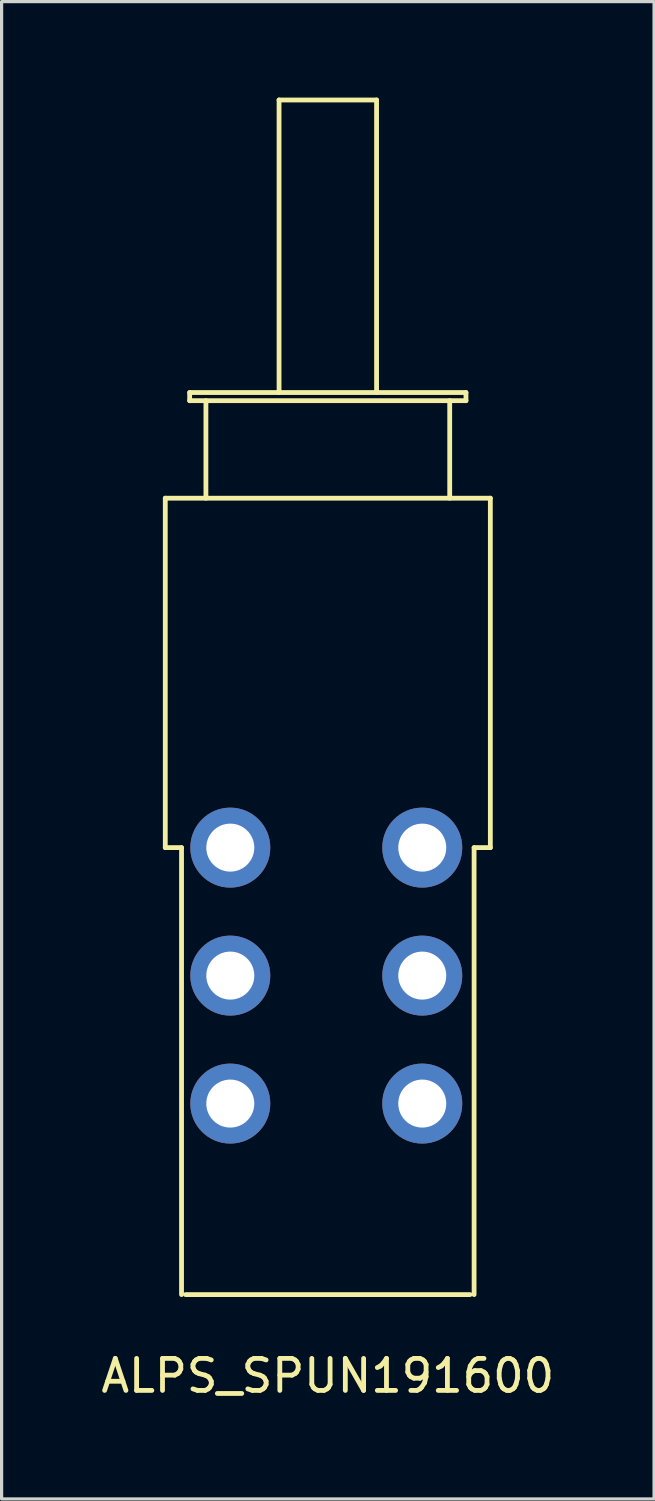
<source format=kicad_pcb>
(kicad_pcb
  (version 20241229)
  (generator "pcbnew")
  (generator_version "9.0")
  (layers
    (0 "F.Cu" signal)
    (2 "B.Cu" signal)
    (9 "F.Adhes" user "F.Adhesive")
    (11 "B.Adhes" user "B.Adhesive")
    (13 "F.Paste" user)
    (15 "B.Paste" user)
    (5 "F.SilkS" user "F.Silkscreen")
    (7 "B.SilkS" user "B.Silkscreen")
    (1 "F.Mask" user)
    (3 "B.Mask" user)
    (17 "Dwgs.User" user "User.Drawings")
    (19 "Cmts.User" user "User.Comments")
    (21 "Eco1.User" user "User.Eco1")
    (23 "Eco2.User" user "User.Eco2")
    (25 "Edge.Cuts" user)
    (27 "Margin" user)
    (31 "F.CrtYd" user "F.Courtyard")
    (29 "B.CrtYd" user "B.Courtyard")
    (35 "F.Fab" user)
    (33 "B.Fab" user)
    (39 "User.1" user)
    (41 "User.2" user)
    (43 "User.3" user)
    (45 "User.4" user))
  (footprint "ALPS_SPUN191600"
    (layer "F.Cu")
    (at 7.196 23.443)
    (property "Reference" "ALPS_SPUN191600" (at 0 16.51 0) (layer "F.SilkS") (effects (font (size 1 1) (thickness 0.15))))
    (attr through_hole)
    (fp_line (start -5.08 -10.922) (end -5.08 0) (stroke (width 0.15) (type solid)) (layer "F.SilkS"))
    (fp_line (start -4.572 0) (end -5.08 0) (stroke (width 0.15) (type solid)) (layer "F.SilkS"))
    (fp_line (start -4.572 0) (end -4.572 13.97) (stroke (width 0.15) (type solid)) (layer "F.SilkS"))
    (fp_line (start -4.445 13.97) (end 4.445 13.97) (stroke (width 0.15) (type solid)) (layer "F.SilkS"))
    (fp_line (start -4.318 -14.224) (end 4.318 -14.224) (stroke (width 0.15) (type solid)) (layer "F.SilkS"))
    (fp_line (start -4.318 -13.97) (end -4.318 -14.224) (stroke (width 0.15) (type solid)) (layer "F.SilkS"))
    (fp_line (start -4.318 -13.97) (end 4.318 -13.97) (stroke (width 0.15) (type solid)) (layer "F.SilkS"))
    (fp_line (start -3.81 -10.922) (end -3.81 -13.97) (stroke (width 0.15) (type solid)) (layer "F.SilkS"))
    (fp_line (start -1.524 -14.224) (end -1.524 -23.368) (stroke (width 0.15) (type solid)) (layer "F.SilkS"))
    (fp_line (start 1.524 -23.368) (end -1.524 -23.368) (stroke (width 0.15) (type solid)) (layer "F.SilkS"))
    (fp_line (start 1.524 -14.224) (end 1.524 -23.368) (stroke (width 0.15) (type solid)) (layer "F.SilkS"))
    (fp_line (start 3.81 -13.97) (end 3.81 -10.922) (stroke (width 0.15) (type solid)) (layer "F.SilkS"))
    (fp_line (start 4.318 -14.224) (end 4.318 -13.97) (stroke (width 0.15) (type solid)) (layer "F.SilkS"))
    (fp_line (start 4.572 0) (end 5.08 0) (stroke (width 0.15) (type solid)) (layer "F.SilkS"))
    (fp_line (start 4.572 13.97) (end 4.572 0) (stroke (width 0.15) (type solid)) (layer "F.SilkS"))
    (fp_line (start 5.08 -10.922) (end -5.08 -10.922) (stroke (width 0.15) (type solid)) (layer "F.SilkS"))
    (fp_line (start 5.08 0) (end 5.08 -10.922) (stroke (width 0.15) (type solid)) (layer "F.SilkS"))
    (pad "1" thru_hole circle (at 2.952 0) (size 2.5 2.5) (drill 1.5) (layers "*.Cu" "*.Mask"))
    (pad "2" thru_hole circle (at 2.952 4) (size 2.5 2.5) (drill 1.5) (layers "*.Cu" "*.Mask"))
    (pad "3" thru_hole circle (at 2.952 8) (size 2.5 2.5) (drill 1.5) (layers "*.Cu" "*.Mask"))
    (pad "4" thru_hole circle (at -3.048 0) (size 2.5 2.5) (drill 1.5) (layers "*.Cu" "*.Mask"))
    (pad "5" thru_hole circle (at -3.048 4) (size 2.5 2.5) (drill 1.5) (layers "*.Cu" "*.Mask"))
    (pad "6" thru_hole circle (at -3.048 8) (size 2.5 2.5) (drill 1.5) (layers "*.Cu" "*.Mask")))
  (gr_rect
    (start -3 -3)
    (end 17.393 43.801)
    (stroke (width 0.1) (type default))
    (fill no)
    (layer "Edge.Cuts")))
</source>
